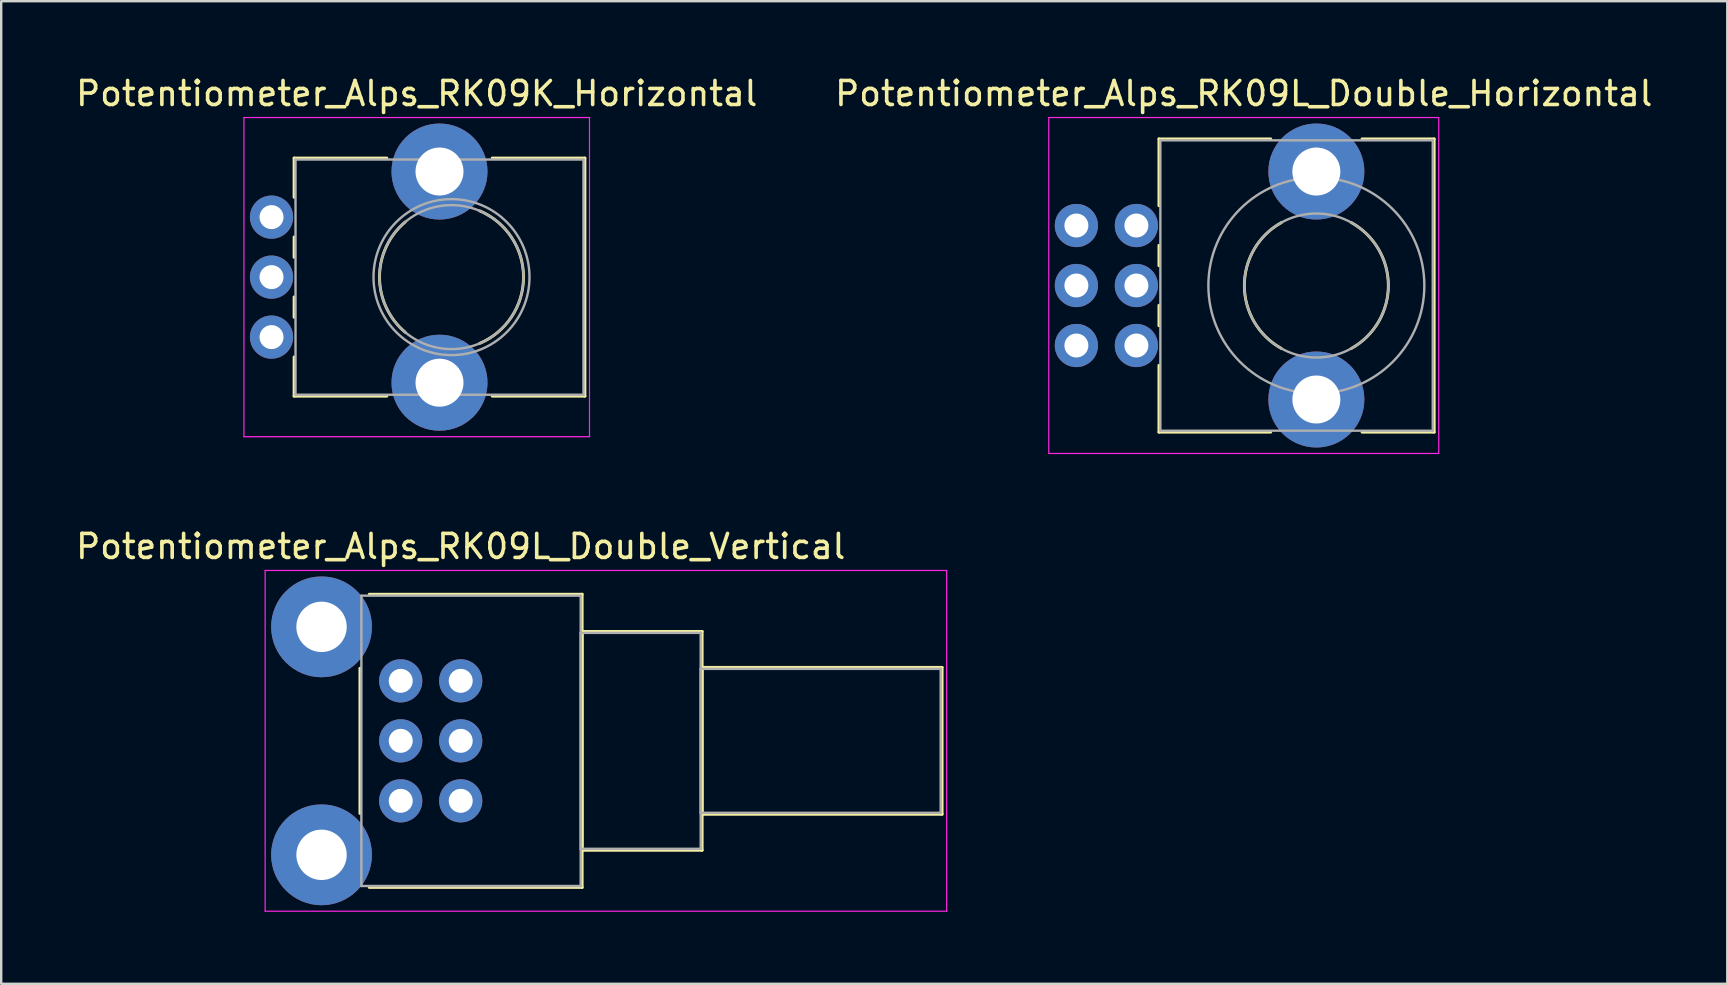
<source format=kicad_pcb>
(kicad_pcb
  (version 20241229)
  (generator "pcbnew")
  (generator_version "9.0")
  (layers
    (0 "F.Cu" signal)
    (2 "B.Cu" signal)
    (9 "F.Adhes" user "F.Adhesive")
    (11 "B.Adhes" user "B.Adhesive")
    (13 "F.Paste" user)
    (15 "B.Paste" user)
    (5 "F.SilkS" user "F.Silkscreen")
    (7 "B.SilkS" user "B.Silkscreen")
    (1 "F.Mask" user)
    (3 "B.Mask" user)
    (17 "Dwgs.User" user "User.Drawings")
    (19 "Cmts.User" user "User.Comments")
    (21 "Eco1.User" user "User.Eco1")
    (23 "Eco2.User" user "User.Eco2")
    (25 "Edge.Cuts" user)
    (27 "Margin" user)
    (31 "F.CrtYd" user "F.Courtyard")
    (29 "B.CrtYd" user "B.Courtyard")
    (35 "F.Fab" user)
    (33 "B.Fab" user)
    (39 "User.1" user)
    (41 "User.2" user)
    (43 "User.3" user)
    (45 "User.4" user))
  (footprint "Potentiometer_Alps_RK09K_Horizontal"
    (layer "F.Cu")
    (at 8.265 10.998)
    (property "Reference" "Potentiometer_Alps_RK09K_Horizontal" (at 6.05 -10.15 0) (layer "F.SilkS") (effects (font (size 1 1) (thickness 0.15))))
    (attr through_hole)
    (fp_line (start 0.94 -7.461) (end 0.94 -5.825) (stroke (width 0.12) (type solid)) (layer "F.SilkS"))
    (fp_line (start 0.94 -7.461) (end 4.806 -7.461) (stroke (width 0.12) (type solid)) (layer "F.SilkS"))
    (fp_line (start 0.94 -4.175) (end 0.94 -3.325) (stroke (width 0.12) (type solid)) (layer "F.SilkS"))
    (fp_line (start 0.94 -1.675) (end 0.94 -0.825) (stroke (width 0.12) (type solid)) (layer "F.SilkS"))
    (fp_line (start 0.94 0.825) (end 0.94 2.46) (stroke (width 0.12) (type solid)) (layer "F.SilkS"))
    (fp_line (start 0.94 2.46) (end 4.806 2.46) (stroke (width 0.12) (type solid)) (layer "F.SilkS"))
    (fp_line (start 9.195 -7.461) (end 13.06 -7.461) (stroke (width 0.12) (type solid)) (layer "F.SilkS"))
    (fp_line (start 9.195 2.46) (end 13.06 2.46) (stroke (width 0.12) (type solid)) (layer "F.SilkS"))
    (fp_line (start 13.06 -7.461) (end 13.06 2.46) (stroke (width 0.12) (type solid)) (layer "F.SilkS"))
    (fp_arc (start 5.571705 -0.202247) (mid 4.500335 -2.500192) (end 5.572 -4.798) (stroke (width 0.12) (type solid)) (layer "F.SilkS"))
    (fp_arc (start 8.671982 -5.262432) (mid 10.500762 -2.500553) (end 8.673 0.262) (stroke (width 0.12) (type solid)) (layer "F.SilkS"))
    (fp_line (start -1.15 -9.15) (end -1.15 4.15) (stroke (width 0.05) (type solid)) (layer "F.CrtYd"))
    (fp_line (start -1.15 4.15) (end 13.25 4.15) (stroke (width 0.05) (type solid)) (layer "F.CrtYd"))
    (fp_line (start 13.25 -9.15) (end -1.15 -9.15) (stroke (width 0.05) (type solid)) (layer "F.CrtYd"))
    (fp_line (start 13.25 4.15) (end 13.25 -9.15) (stroke (width 0.05) (type solid)) (layer "F.CrtYd"))
    (fp_line (start 1 -7.4) (end 1 2.4) (stroke (width 0.1) (type solid)) (layer "F.Fab"))
    (fp_line (start 1 2.4) (end 13 2.4) (stroke (width 0.1) (type solid)) (layer "F.Fab"))
    (fp_line (start 13 -7.4) (end 1 -7.4) (stroke (width 0.1) (type solid)) (layer "F.Fab"))
    (fp_line (start 13 2.4) (end 13 -7.4) (stroke (width 0.1) (type solid)) (layer "F.Fab"))
    (fp_circle (center 7.5 -2.5) (end 10.5 -2.5) (stroke (width 0.1) (type solid)) (fill no) (layer "F.Fab"))
    (fp_circle (center 7.5 -2.5) (end 10.75 -2.5) (stroke (width 0.1) (type solid)) (fill no) (layer "F.Fab"))
    (pad "" np_thru_hole circle (at 7 -6.9) (size 4 4) (drill 2) (layers "*.Cu" "*.Mask"))
    (pad "" np_thru_hole circle (at 7 1.9) (size 4 4) (drill 2) (layers "*.Cu" "*.Mask"))
    (pad "1" thru_hole circle (at 0 0) (size 1.8 1.8) (drill 1) (layers "*.Cu" "*.Mask"))
    (pad "2" thru_hole circle (at 0 -2.5) (size 1.8 1.8) (drill 1) (layers "*.Cu" "*.Mask"))
    (pad "3" thru_hole circle (at 0 -5) (size 1.8 1.8) (drill 1) (layers "*.Cu" "*.Mask")))
  (footprint "Potentiometer_Alps_RK09L_Double_Horizontal"
    (layer "F.Cu")
    (at 44.305 11.348)
    (property "Reference" "Potentiometer_Alps_RK09L_Double_Horizontal" (at 4.475 -10.5 0) (layer "F.SilkS") (effects (font (size 1 1) (thickness 0.15))))
    (attr through_hole)
    (fp_line (start 0.94 -8.61) (end 0.94 -5.825) (stroke (width 0.12) (type solid)) (layer "F.SilkS"))
    (fp_line (start 0.94 -8.61) (end 5.598 -8.61) (stroke (width 0.12) (type solid)) (layer "F.SilkS"))
    (fp_line (start 0.94 -4.175) (end 0.94 -3.325) (stroke (width 0.12) (type solid)) (layer "F.SilkS"))
    (fp_line (start 0.94 -1.675) (end 0.94 -0.825) (stroke (width 0.12) (type solid)) (layer "F.SilkS"))
    (fp_line (start 0.94 0.825) (end 0.94 3.61) (stroke (width 0.12) (type solid)) (layer "F.SilkS"))
    (fp_line (start 0.94 3.61) (end 5.598 3.61) (stroke (width 0.12) (type solid)) (layer "F.SilkS"))
    (fp_line (start 9.403 -8.61) (end 12.41 -8.61) (stroke (width 0.12) (type solid)) (layer "F.SilkS"))
    (fp_line (start 9.403 3.61) (end 12.41 3.61) (stroke (width 0.12) (type solid)) (layer "F.SilkS"))
    (fp_line (start 12.41 -8.61) (end 12.41 3.61) (stroke (width 0.12) (type solid)) (layer "F.SilkS"))
    (fp_arc (start 6.044376 0.1241) (mid 4.49921 -2.500928) (end 6.046 -5.125) (stroke (width 0.12) (type solid)) (layer "F.SilkS"))
    (fp_arc (start 8.954246 -5.124418) (mid 10.5004 -2.500431) (end 8.955 0.124) (stroke (width 0.12) (type solid)) (layer "F.SilkS"))
    (fp_line (start -3.65 -9.5) (end -3.65 4.5) (stroke (width 0.05) (type solid)) (layer "F.CrtYd"))
    (fp_line (start -3.65 4.5) (end 12.6 4.5) (stroke (width 0.05) (type solid)) (layer "F.CrtYd"))
    (fp_line (start 12.6 -9.5) (end -3.65 -9.5) (stroke (width 0.05) (type solid)) (layer "F.CrtYd"))
    (fp_line (start 12.6 4.5) (end 12.6 -9.5) (stroke (width 0.05) (type solid)) (layer "F.CrtYd"))
    (fp_line (start 1 -8.55) (end 1 3.55) (stroke (width 0.1) (type solid)) (layer "F.Fab"))
    (fp_line (start 1 3.55) (end 12.35 3.55) (stroke (width 0.1) (type solid)) (layer "F.Fab"))
    (fp_line (start 12.35 -8.55) (end 1 -8.55) (stroke (width 0.1) (type solid)) (layer "F.Fab"))
    (fp_line (start 12.35 3.55) (end 12.35 -8.55) (stroke (width 0.1) (type solid)) (layer "F.Fab"))
    (fp_circle (center 7.5 -2.5) (end 10.5 -2.5) (stroke (width 0.1) (type solid)) (fill no) (layer "F.Fab"))
    (fp_circle (center 7.5 -2.5) (end 12 -2.5) (stroke (width 0.1) (type solid)) (fill no) (layer "F.Fab"))
    (pad "" np_thru_hole circle (at 7.5 -7.25) (size 4 4) (drill 2) (layers "*.Cu" "*.Mask"))
    (pad "" np_thru_hole circle (at 7.5 2.25) (size 4 4) (drill 2) (layers "*.Cu" "*.Mask"))
    (pad "1" thru_hole circle (at 0 0) (size 1.8 1.8) (drill 1) (layers "*.Cu" "*.Mask"))
    (pad "2" thru_hole circle (at 0 -2.5) (size 1.8 1.8) (drill 1) (layers "*.Cu" "*.Mask"))
    (pad "3" thru_hole circle (at 0 -5) (size 1.8 1.8) (drill 1) (layers "*.Cu" "*.Mask"))
    (pad "4" thru_hole circle (at -2.5 0) (size 1.8 1.8) (drill 1) (layers "*.Cu" "*.Mask"))
    (pad "5" thru_hole circle (at -2.5 -2.5) (size 1.8 1.8) (drill 1) (layers "*.Cu" "*.Mask"))
    (pad "6" thru_hole circle (at -2.5 -5) (size 1.8 1.8) (drill 1) (layers "*.Cu" "*.Mask")))
  (footprint "Potentiometer_Alps_RK09L_Double_Vertical"
    (layer "F.Cu")
    (at 16.149 30.322)
    (property "Reference" "Potentiometer_Alps_RK09L_Double_Vertical" (at 0 -10.6 0) (layer "F.SilkS") (effects (font (size 1 1) (thickness 0.15))))
    (attr through_hole)
    (fp_line (start -4.2 -5.525) (end -4.2 0.525) (stroke (width 0.12) (type solid)) (layer "F.SilkS"))
    (fp_line (start -3.811 -8.61) (end 5.06 -8.61) (stroke (width 0.12) (type solid)) (layer "F.SilkS"))
    (fp_line (start -3.811 3.61) (end 5.06 3.61) (stroke (width 0.12) (type solid)) (layer "F.SilkS"))
    (fp_line (start 5.06 -8.61) (end 5.06 3.61) (stroke (width 0.12) (type solid)) (layer "F.SilkS"))
    (fp_line (start 5.06 -7.06) (end 5.06 2.06) (stroke (width 0.12) (type solid)) (layer "F.SilkS"))
    (fp_line (start 5.06 -7.06) (end 10.06 -7.06) (stroke (width 0.12) (type solid)) (layer "F.SilkS"))
    (fp_line (start 5.06 2.06) (end 10.06 2.06) (stroke (width 0.12) (type solid)) (layer "F.SilkS"))
    (fp_line (start 10.06 -7.06) (end 10.06 2.06) (stroke (width 0.12) (type solid)) (layer "F.SilkS"))
    (fp_line (start 10.06 -5.56) (end 10.06 0.56) (stroke (width 0.12) (type solid)) (layer "F.SilkS"))
    (fp_line (start 10.06 -5.56) (end 20.06 -5.56) (stroke (width 0.12) (type solid)) (layer "F.SilkS"))
    (fp_line (start 10.06 0.56) (end 20.06 0.56) (stroke (width 0.12) (type solid)) (layer "F.SilkS"))
    (fp_line (start 20.06 -5.56) (end 20.06 0.56) (stroke (width 0.12) (type solid)) (layer "F.SilkS"))
    (fp_line (start -8.15 -9.6) (end -8.15 4.6) (stroke (width 0.05) (type solid)) (layer "F.CrtYd"))
    (fp_line (start -8.15 4.6) (end 20.25 4.6) (stroke (width 0.05) (type solid)) (layer "F.CrtYd"))
    (fp_line (start 20.25 -9.6) (end -8.15 -9.6) (stroke (width 0.05) (type solid)) (layer "F.CrtYd"))
    (fp_line (start 20.25 4.6) (end 20.25 -9.6) (stroke (width 0.05) (type solid)) (layer "F.CrtYd"))
    (fp_line (start -4.14 -8.55) (end -4.14 3.55) (stroke (width 0.1) (type solid)) (layer "F.Fab"))
    (fp_line (start -4.14 3.55) (end 5 3.55) (stroke (width 0.1) (type solid)) (layer "F.Fab"))
    (fp_line (start 5 -8.55) (end -4.14 -8.55) (stroke (width 0.1) (type solid)) (layer "F.Fab"))
    (fp_line (start 5 -7) (end 5 2) (stroke (width 0.1) (type solid)) (layer "F.Fab"))
    (fp_line (start 5 2) (end 10 2) (stroke (width 0.1) (type solid)) (layer "F.Fab"))
    (fp_line (start 5 3.55) (end 5 -8.55) (stroke (width 0.1) (type solid)) (layer "F.Fab"))
    (fp_line (start 10 -7) (end 5 -7) (stroke (width 0.1) (type solid)) (layer "F.Fab"))
    (fp_line (start 10 -5.5) (end 10 0.5) (stroke (width 0.1) (type solid)) (layer "F.Fab"))
    (fp_line (start 10 0.5) (end 20 0.5) (stroke (width 0.1) (type solid)) (layer "F.Fab"))
    (fp_line (start 10 2) (end 10 -7) (stroke (width 0.1) (type solid)) (layer "F.Fab"))
    (fp_line (start 20 -5.5) (end 10 -5.5) (stroke (width 0.1) (type solid)) (layer "F.Fab"))
    (fp_line (start 20 0.5) (end 20 -5.5) (stroke (width 0.1) (type solid)) (layer "F.Fab"))
    (pad "0" thru_hole circle (at -5.8 -7.25) (size 4.2 4.2) (drill 2.1) (layers "*.Cu" "*.Mask"))
    (pad "0" thru_hole circle (at -5.8 2.25) (size 4.2 4.2) (drill 2.1) (layers "*.Cu" "*.Mask"))
    (pad "1" thru_hole circle (at 0 0) (size 1.8 1.8) (drill 1) (layers "*.Cu" "*.Mask"))
    (pad "2" thru_hole circle (at 0 -2.5) (size 1.8 1.8) (drill 1) (layers "*.Cu" "*.Mask"))
    (pad "3" thru_hole circle (at 0 -5) (size 1.8 1.8) (drill 1) (layers "*.Cu" "*.Mask"))
    (pad "4" thru_hole circle (at -2.5 0) (size 1.8 1.8) (drill 1) (layers "*.Cu" "*.Mask"))
    (pad "5" thru_hole circle (at -2.5 -2.5) (size 1.8 1.8) (drill 1) (layers "*.Cu" "*.Mask"))
    (pad "6" thru_hole circle (at -2.5 -5) (size 1.8 1.8) (drill 1) (layers "*.Cu" "*.Mask")))
  (gr_rect
    (start -3 -3)
    (end 68.929 37.947)
    (stroke (width 0.1) (type default))
    (fill no)
    (layer "Edge.Cuts")))
</source>
